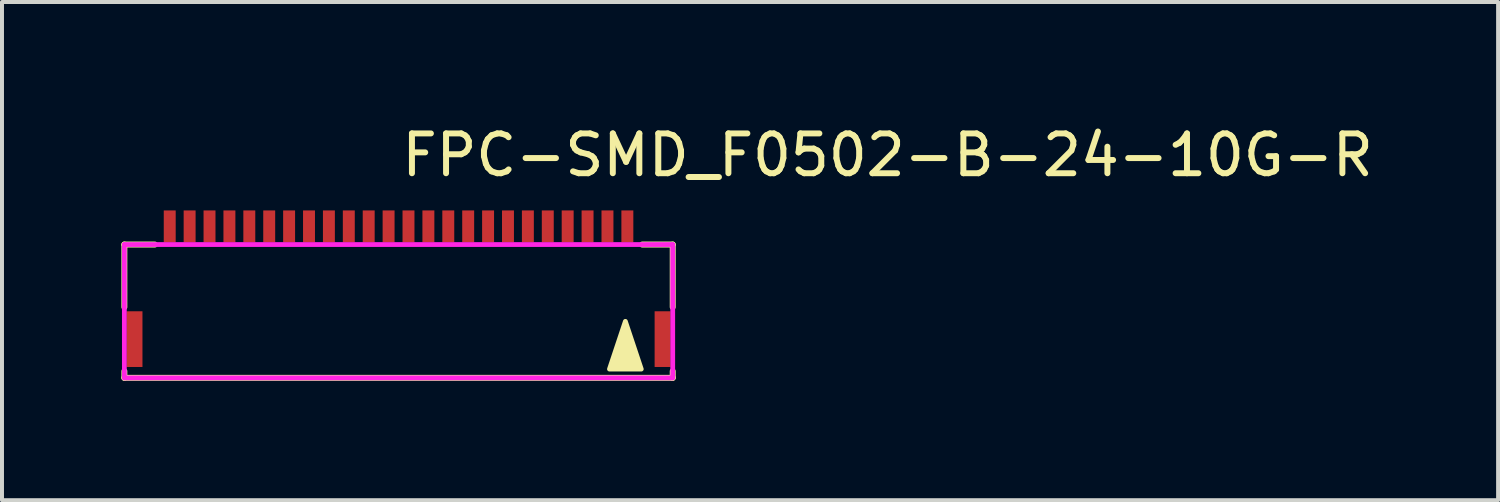
<source format=kicad_pcb>
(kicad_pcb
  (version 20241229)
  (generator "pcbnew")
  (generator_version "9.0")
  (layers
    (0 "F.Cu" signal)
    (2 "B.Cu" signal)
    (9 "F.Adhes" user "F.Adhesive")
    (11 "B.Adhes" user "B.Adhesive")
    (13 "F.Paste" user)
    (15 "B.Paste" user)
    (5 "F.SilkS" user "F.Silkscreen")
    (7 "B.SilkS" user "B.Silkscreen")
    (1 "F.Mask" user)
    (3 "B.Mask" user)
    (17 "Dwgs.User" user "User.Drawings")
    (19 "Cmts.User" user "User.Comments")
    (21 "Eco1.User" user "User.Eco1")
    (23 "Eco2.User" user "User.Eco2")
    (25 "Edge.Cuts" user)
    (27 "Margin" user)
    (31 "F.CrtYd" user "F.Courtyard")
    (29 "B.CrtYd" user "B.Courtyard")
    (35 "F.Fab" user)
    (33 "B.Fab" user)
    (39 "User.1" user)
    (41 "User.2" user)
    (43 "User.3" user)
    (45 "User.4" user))
  (footprint "FPC-SMD_F0502-B-24-10G-R"
    (layer "F.Cu")
    (at 6.965 4.055)
    (property "Reference" "FPC-SMD_F0502-B-24-10G-R" (at 0 -3.207 0) (layer "F.SilkS") (effects (font (size 1 1) (thickness 0.15)) (justify left)))
    (attr through_hole)
    (fp_line (start -6.89 -0.96) (end -6.89 0.612) (stroke (width 0.15) (type solid)) (layer "F.SilkS"))
    (fp_line (start -6.89 2.39) (end -6.89 2.223) (stroke (width 0.15) (type solid)) (layer "F.SilkS"))
    (fp_line (start -6.124 -0.96) (end -6.89 -0.96) (stroke (width 0.15) (type solid)) (layer "F.SilkS"))
    (fp_line (start 6.89 -0.96) (end 6.124 -0.96) (stroke (width 0.15) (type solid)) (layer "F.SilkS"))
    (fp_line (start 6.89 -0.96) (end 6.89 0.612) (stroke (width 0.15) (type solid)) (layer "F.SilkS"))
    (fp_line (start 6.89 2.223) (end 6.89 2.39) (stroke (width 0.15) (type solid)) (layer "F.SilkS"))
    (fp_line (start 6.89 2.39) (end -6.89 2.39) (stroke (width 0.15) (type solid)) (layer "F.SilkS"))
    (fp_poly (pts (xy 5.3 2.17) (xy 6.1 2.17) (xy 5.7 0.97)) (stroke (width 0.12) (type solid)) (fill yes) (layer "F.SilkS"))
    (fp_line (start -5.825 -1.07) (end -5.675 -1.07) (stroke (width 0.12) (type solid)) (layer "Eco2.User"))
    (fp_line (start -5.825 -0.95) (end -5.825 -1.07) (stroke (width 0.12) (type solid)) (layer "Eco2.User"))
    (fp_line (start -5.675 -1.07) (end -5.675 -0.95) (stroke (width 0.12) (type solid)) (layer "Eco2.User"))
    (fp_line (start -5.675 -0.95) (end -5.825 -0.95) (stroke (width 0.12) (type solid)) (layer "Eco2.User"))
    (fp_line (start -5.325 -1.07) (end -5.175 -1.07) (stroke (width 0.12) (type solid)) (layer "Eco2.User"))
    (fp_line (start -5.325 -0.95) (end -5.325 -1.07) (stroke (width 0.12) (type solid)) (layer "Eco2.User"))
    (fp_line (start -5.175 -1.07) (end -5.175 -0.95) (stroke (width 0.12) (type solid)) (layer "Eco2.User"))
    (fp_line (start -5.175 -0.95) (end -5.325 -0.95) (stroke (width 0.12) (type solid)) (layer "Eco2.User"))
    (fp_line (start -4.825 -1.07) (end -4.675 -1.07) (stroke (width 0.12) (type solid)) (layer "Eco2.User"))
    (fp_line (start -4.825 -0.95) (end -4.825 -1.07) (stroke (width 0.12) (type solid)) (layer "Eco2.User"))
    (fp_line (start -4.675 -1.07) (end -4.675 -0.95) (stroke (width 0.12) (type solid)) (layer "Eco2.User"))
    (fp_line (start -4.675 -0.95) (end -4.825 -0.95) (stroke (width 0.12) (type solid)) (layer "Eco2.User"))
    (fp_line (start -4.325 -1.07) (end -4.175 -1.07) (stroke (width 0.12) (type solid)) (layer "Eco2.User"))
    (fp_line (start -4.325 -0.95) (end -4.325 -1.07) (stroke (width 0.12) (type solid)) (layer "Eco2.User"))
    (fp_line (start -4.175 -1.07) (end -4.175 -0.95) (stroke (width 0.12) (type solid)) (layer "Eco2.User"))
    (fp_line (start -4.175 -0.95) (end -4.325 -0.95) (stroke (width 0.12) (type solid)) (layer "Eco2.User"))
    (fp_line (start -3.825 -1.07) (end -3.675 -1.07) (stroke (width 0.12) (type solid)) (layer "Eco2.User"))
    (fp_line (start -3.825 -0.95) (end -3.825 -1.07) (stroke (width 0.12) (type solid)) (layer "Eco2.User"))
    (fp_line (start -3.675 -1.07) (end -3.675 -0.95) (stroke (width 0.12) (type solid)) (layer "Eco2.User"))
    (fp_line (start -3.675 -0.95) (end -3.825 -0.95) (stroke (width 0.12) (type solid)) (layer "Eco2.User"))
    (fp_line (start -3.325 -1.07) (end -3.175 -1.07) (stroke (width 0.12) (type solid)) (layer "Eco2.User"))
    (fp_line (start -3.325 -0.95) (end -3.325 -1.07) (stroke (width 0.12) (type solid)) (layer "Eco2.User"))
    (fp_line (start -3.175 -1.07) (end -3.175 -0.95) (stroke (width 0.12) (type solid)) (layer "Eco2.User"))
    (fp_line (start -3.175 -0.95) (end -3.325 -0.95) (stroke (width 0.12) (type solid)) (layer "Eco2.User"))
    (fp_line (start -2.825 -1.07) (end -2.675 -1.07) (stroke (width 0.12) (type solid)) (layer "Eco2.User"))
    (fp_line (start -2.825 -0.95) (end -2.825 -1.07) (stroke (width 0.12) (type solid)) (layer "Eco2.User"))
    (fp_line (start -2.675 -1.07) (end -2.675 -0.95) (stroke (width 0.12) (type solid)) (layer "Eco2.User"))
    (fp_line (start -2.675 -0.95) (end -2.825 -0.95) (stroke (width 0.12) (type solid)) (layer "Eco2.User"))
    (fp_line (start -2.325 -1.07) (end -2.175 -1.07) (stroke (width 0.12) (type solid)) (layer "Eco2.User"))
    (fp_line (start -2.325 -0.95) (end -2.325 -1.07) (stroke (width 0.12) (type solid)) (layer "Eco2.User"))
    (fp_line (start -2.175 -1.07) (end -2.175 -0.95) (stroke (width 0.12) (type solid)) (layer "Eco2.User"))
    (fp_line (start -2.175 -0.95) (end -2.325 -0.95) (stroke (width 0.12) (type solid)) (layer "Eco2.User"))
    (fp_line (start -1.825 -1.07) (end -1.675 -1.07) (stroke (width 0.12) (type solid)) (layer "Eco2.User"))
    (fp_line (start -1.825 -0.95) (end -1.825 -1.07) (stroke (width 0.12) (type solid)) (layer "Eco2.User"))
    (fp_line (start -1.675 -1.07) (end -1.675 -0.95) (stroke (width 0.12) (type solid)) (layer "Eco2.User"))
    (fp_line (start -1.675 -0.95) (end -1.825 -0.95) (stroke (width 0.12) (type solid)) (layer "Eco2.User"))
    (fp_line (start -1.325 -1.07) (end -1.175 -1.07) (stroke (width 0.12) (type solid)) (layer "Eco2.User"))
    (fp_line (start -1.325 -0.95) (end -1.325 -1.07) (stroke (width 0.12) (type solid)) (layer "Eco2.User"))
    (fp_line (start -1.175 -1.07) (end -1.175 -0.95) (stroke (width 0.12) (type solid)) (layer "Eco2.User"))
    (fp_line (start -1.175 -0.95) (end -1.325 -0.95) (stroke (width 0.12) (type solid)) (layer "Eco2.User"))
    (fp_line (start -0.825 -1.07) (end -0.675 -1.07) (stroke (width 0.12) (type solid)) (layer "Eco2.User"))
    (fp_line (start -0.825 -0.95) (end -0.825 -1.07) (stroke (width 0.12) (type solid)) (layer "Eco2.User"))
    (fp_line (start -0.675 -1.07) (end -0.675 -0.95) (stroke (width 0.12) (type solid)) (layer "Eco2.User"))
    (fp_line (start -0.675 -0.95) (end -0.825 -0.95) (stroke (width 0.12) (type solid)) (layer "Eco2.User"))
    (fp_line (start -0.325 -1.07) (end -0.175 -1.07) (stroke (width 0.12) (type solid)) (layer "Eco2.User"))
    (fp_line (start -0.325 -0.95) (end -0.325 -1.07) (stroke (width 0.12) (type solid)) (layer "Eco2.User"))
    (fp_line (start -0.175 -1.07) (end -0.175 -0.95) (stroke (width 0.12) (type solid)) (layer "Eco2.User"))
    (fp_line (start -0.175 -0.95) (end -0.325 -0.95) (stroke (width 0.12) (type solid)) (layer "Eco2.User"))
    (fp_line (start 0.175 -1.07) (end 0.325 -1.07) (stroke (width 0.12) (type solid)) (layer "Eco2.User"))
    (fp_line (start 0.175 -0.95) (end 0.175 -1.07) (stroke (width 0.12) (type solid)) (layer "Eco2.User"))
    (fp_line (start 0.325 -1.07) (end 0.325 -0.95) (stroke (width 0.12) (type solid)) (layer "Eco2.User"))
    (fp_line (start 0.325 -0.95) (end 0.175 -0.95) (stroke (width 0.12) (type solid)) (layer "Eco2.User"))
    (fp_line (start 0.675 -1.07) (end 0.825 -1.07) (stroke (width 0.12) (type solid)) (layer "Eco2.User"))
    (fp_line (start 0.675 -0.95) (end 0.675 -1.07) (stroke (width 0.12) (type solid)) (layer "Eco2.User"))
    (fp_line (start 0.825 -1.07) (end 0.825 -0.95) (stroke (width 0.12) (type solid)) (layer "Eco2.User"))
    (fp_line (start 0.825 -0.95) (end 0.675 -0.95) (stroke (width 0.12) (type solid)) (layer "Eco2.User"))
    (fp_line (start 1.175 -1.07) (end 1.325 -1.07) (stroke (width 0.12) (type solid)) (layer "Eco2.User"))
    (fp_line (start 1.175 -0.95) (end 1.175 -1.07) (stroke (width 0.12) (type solid)) (layer "Eco2.User"))
    (fp_line (start 1.325 -1.07) (end 1.325 -0.95) (stroke (width 0.12) (type solid)) (layer "Eco2.User"))
    (fp_line (start 1.325 -0.95) (end 1.175 -0.95) (stroke (width 0.12) (type solid)) (layer "Eco2.User"))
    (fp_line (start 1.675 -1.07) (end 1.825 -1.07) (stroke (width 0.12) (type solid)) (layer "Eco2.User"))
    (fp_line (start 1.675 -0.95) (end 1.675 -1.07) (stroke (width 0.12) (type solid)) (layer "Eco2.User"))
    (fp_line (start 1.825 -1.07) (end 1.825 -0.95) (stroke (width 0.12) (type solid)) (layer "Eco2.User"))
    (fp_line (start 1.825 -0.95) (end 1.675 -0.95) (stroke (width 0.12) (type solid)) (layer "Eco2.User"))
    (fp_line (start 2.175 -1.07) (end 2.325 -1.07) (stroke (width 0.12) (type solid)) (layer "Eco2.User"))
    (fp_line (start 2.175 -0.95) (end 2.175 -1.07) (stroke (width 0.12) (type solid)) (layer "Eco2.User"))
    (fp_line (start 2.325 -1.07) (end 2.325 -0.95) (stroke (width 0.12) (type solid)) (layer "Eco2.User"))
    (fp_line (start 2.325 -0.95) (end 2.175 -0.95) (stroke (width 0.12) (type solid)) (layer "Eco2.User"))
    (fp_line (start 2.675 -1.07) (end 2.825 -1.07) (stroke (width 0.12) (type solid)) (layer "Eco2.User"))
    (fp_line (start 2.675 -0.95) (end 2.675 -1.07) (stroke (width 0.12) (type solid)) (layer "Eco2.User"))
    (fp_line (start 2.825 -1.07) (end 2.825 -0.95) (stroke (width 0.12) (type solid)) (layer "Eco2.User"))
    (fp_line (start 2.825 -0.95) (end 2.675 -0.95) (stroke (width 0.12) (type solid)) (layer "Eco2.User"))
    (fp_line (start 3.175 -1.07) (end 3.325 -1.07) (stroke (width 0.12) (type solid)) (layer "Eco2.User"))
    (fp_line (start 3.175 -0.95) (end 3.175 -1.07) (stroke (width 0.12) (type solid)) (layer "Eco2.User"))
    (fp_line (start 3.325 -1.07) (end 3.325 -0.95) (stroke (width 0.12) (type solid)) (layer "Eco2.User"))
    (fp_line (start 3.325 -0.95) (end 3.175 -0.95) (stroke (width 0.12) (type solid)) (layer "Eco2.User"))
    (fp_line (start 3.675 -1.07) (end 3.825 -1.07) (stroke (width 0.12) (type solid)) (layer "Eco2.User"))
    (fp_line (start 3.675 -0.95) (end 3.675 -1.07) (stroke (width 0.12) (type solid)) (layer "Eco2.User"))
    (fp_line (start 3.825 -1.07) (end 3.825 -0.95) (stroke (width 0.12) (type solid)) (layer "Eco2.User"))
    (fp_line (start 3.825 -0.95) (end 3.675 -0.95) (stroke (width 0.12) (type solid)) (layer "Eco2.User"))
    (fp_line (start 4.175 -1.07) (end 4.325 -1.07) (stroke (width 0.12) (type solid)) (layer "Eco2.User"))
    (fp_line (start 4.175 -0.95) (end 4.175 -1.07) (stroke (width 0.12) (type solid)) (layer "Eco2.User"))
    (fp_line (start 4.325 -1.07) (end 4.325 -0.95) (stroke (width 0.12) (type solid)) (layer "Eco2.User"))
    (fp_line (start 4.325 -0.95) (end 4.175 -0.95) (stroke (width 0.12) (type solid)) (layer "Eco2.User"))
    (fp_line (start 4.675 -1.07) (end 4.825 -1.07) (stroke (width 0.12) (type solid)) (layer "Eco2.User"))
    (fp_line (start 4.675 -0.95) (end 4.675 -1.07) (stroke (width 0.12) (type solid)) (layer "Eco2.User"))
    (fp_line (start 4.825 -1.07) (end 4.825 -0.95) (stroke (width 0.12) (type solid)) (layer "Eco2.User"))
    (fp_line (start 4.825 -0.95) (end 4.675 -0.95) (stroke (width 0.12) (type solid)) (layer "Eco2.User"))
    (fp_line (start 5.175 -1.07) (end 5.325 -1.07) (stroke (width 0.12) (type solid)) (layer "Eco2.User"))
    (fp_line (start 5.175 -0.95) (end 5.175 -1.07) (stroke (width 0.12) (type solid)) (layer "Eco2.User"))
    (fp_line (start 5.325 -1.07) (end 5.325 -0.95) (stroke (width 0.12) (type solid)) (layer "Eco2.User"))
    (fp_line (start 5.325 -0.95) (end 5.175 -0.95) (stroke (width 0.12) (type solid)) (layer "Eco2.User"))
    (fp_line (start 5.675 -1.07) (end 5.825 -1.07) (stroke (width 0.12) (type solid)) (layer "Eco2.User"))
    (fp_line (start 5.675 -0.95) (end 5.675 -1.07) (stroke (width 0.12) (type solid)) (layer "Eco2.User"))
    (fp_line (start 5.825 -1.07) (end 5.825 -0.95) (stroke (width 0.12) (type solid)) (layer "Eco2.User"))
    (fp_line (start 5.825 -0.95) (end 5.675 -0.95) (stroke (width 0.12) (type solid)) (layer "Eco2.User"))
    (fp_circle (center 6.89 -1.53) (end 6.92 -1.53) (stroke (width 0.06) (type solid)) (fill no) (layer "Eco2.User"))
    (fp_poly (pts (xy -6.695 0.917) (xy -6.575 0.917) (xy -6.575 1.917) (xy -6.695 1.917)) (stroke (width 0.12) (type solid)) (fill no) (layer "Eco2.User"))
    (fp_poly (pts (xy -5.825 -1.06) (xy -5.825 -1.53) (xy -5.675 -1.53) (xy -5.675 -1.06)) (stroke (width 0.12) (type solid)) (fill no) (layer "Eco2.User"))
    (fp_poly (pts (xy -5.325 -1.06) (xy -5.325 -1.53) (xy -5.175 -1.53) (xy -5.175 -1.06)) (stroke (width 0.12) (type solid)) (fill no) (layer "Eco2.User"))
    (fp_poly (pts (xy -4.825 -1.06) (xy -4.825 -1.53) (xy -4.675 -1.53) (xy -4.675 -1.06)) (stroke (width 0.12) (type solid)) (fill no) (layer "Eco2.User"))
    (fp_poly (pts (xy -4.325 -1.06) (xy -4.325 -1.53) (xy -4.175 -1.53) (xy -4.175 -1.06)) (stroke (width 0.12) (type solid)) (fill no) (layer "Eco2.User"))
    (fp_poly (pts (xy -3.825 -1.06) (xy -3.825 -1.53) (xy -3.675 -1.53) (xy -3.675 -1.06)) (stroke (width 0.12) (type solid)) (fill no) (layer "Eco2.User"))
    (fp_poly (pts (xy -3.325 -1.06) (xy -3.325 -1.53) (xy -3.175 -1.53) (xy -3.175 -1.06)) (stroke (width 0.12) (type solid)) (fill no) (layer "Eco2.User"))
    (fp_poly (pts (xy -2.825 -1.06) (xy -2.825 -1.53) (xy -2.675 -1.53) (xy -2.675 -1.06)) (stroke (width 0.12) (type solid)) (fill no) (layer "Eco2.User"))
    (fp_poly (pts (xy -2.325 -1.06) (xy -2.325 -1.53) (xy -2.175 -1.53) (xy -2.175 -1.06)) (stroke (width 0.12) (type solid)) (fill no) (layer "Eco2.User"))
    (fp_poly (pts (xy -1.825 -1.06) (xy -1.825 -1.53) (xy -1.675 -1.53) (xy -1.675 -1.06)) (stroke (width 0.12) (type solid)) (fill no) (layer "Eco2.User"))
    (fp_poly (pts (xy -1.325 -1.06) (xy -1.325 -1.53) (xy -1.175 -1.53) (xy -1.175 -1.06)) (stroke (width 0.12) (type solid)) (fill no) (layer "Eco2.User"))
    (fp_poly (pts (xy -0.825 -1.06) (xy -0.825 -1.53) (xy -0.675 -1.53) (xy -0.675 -1.06)) (stroke (width 0.12) (type solid)) (fill no) (layer "Eco2.User"))
    (fp_poly (pts (xy -0.325 -1.06) (xy -0.325 -1.53) (xy -0.175 -1.53) (xy -0.175 -1.06)) (stroke (width 0.12) (type solid)) (fill no) (layer "Eco2.User"))
    (fp_poly (pts (xy 0.175 -1.06) (xy 0.175 -1.53) (xy 0.325 -1.53) (xy 0.325 -1.06)) (stroke (width 0.12) (type solid)) (fill no) (layer "Eco2.User"))
    (fp_poly (pts (xy 0.675 -1.06) (xy 0.675 -1.53) (xy 0.825 -1.53) (xy 0.825 -1.06)) (stroke (width 0.12) (type solid)) (fill no) (layer "Eco2.User"))
    (fp_poly (pts (xy 1.175 -1.06) (xy 1.175 -1.53) (xy 1.325 -1.53) (xy 1.325 -1.06)) (stroke (width 0.12) (type solid)) (fill no) (layer "Eco2.User"))
    (fp_poly (pts (xy 1.675 -1.06) (xy 1.675 -1.53) (xy 1.825 -1.53) (xy 1.825 -1.06)) (stroke (width 0.12) (type solid)) (fill no) (layer "Eco2.User"))
    (fp_poly (pts (xy 2.175 -1.06) (xy 2.175 -1.53) (xy 2.325 -1.53) (xy 2.325 -1.06)) (stroke (width 0.12) (type solid)) (fill no) (layer "Eco2.User"))
    (fp_poly (pts (xy 2.675 -1.06) (xy 2.675 -1.53) (xy 2.825 -1.53) (xy 2.825 -1.06)) (stroke (width 0.12) (type solid)) (fill no) (layer "Eco2.User"))
    (fp_poly (pts (xy 3.175 -1.06) (xy 3.175 -1.53) (xy 3.325 -1.53) (xy 3.325 -1.06)) (stroke (width 0.12) (type solid)) (fill no) (layer "Eco2.User"))
    (fp_poly (pts (xy 3.675 -1.06) (xy 3.675 -1.53) (xy 3.825 -1.53) (xy 3.825 -1.06)) (stroke (width 0.12) (type solid)) (fill no) (layer "Eco2.User"))
    (fp_poly (pts (xy 4.175 -1.06) (xy 4.175 -1.53) (xy 4.325 -1.53) (xy 4.325 -1.06)) (stroke (width 0.12) (type solid)) (fill no) (layer "Eco2.User"))
    (fp_poly (pts (xy 4.675 -1.06) (xy 4.675 -1.53) (xy 4.825 -1.53) (xy 4.825 -1.06)) (stroke (width 0.12) (type solid)) (fill no) (layer "Eco2.User"))
    (fp_poly (pts (xy 5.175 -1.06) (xy 5.175 -1.53) (xy 5.325 -1.53) (xy 5.325 -1.06)) (stroke (width 0.12) (type solid)) (fill no) (layer "Eco2.User"))
    (fp_poly (pts (xy 5.675 -1.06) (xy 5.675 -1.53) (xy 5.825 -1.53) (xy 5.825 -1.06)) (stroke (width 0.12) (type solid)) (fill no) (layer "Eco2.User"))
    (fp_poly (pts (xy 6.575 0.917) (xy 6.695 0.917) (xy 6.695 1.917) (xy 6.575 1.917)) (stroke (width 0.12) (type solid)) (fill no) (layer "Eco2.User"))
    (fp_line (start -6.89 -0.96) (end 6.89 -0.96) (stroke (width 0.12) (type solid)) (layer "F.CrtYd"))
    (fp_line (start -6.89 2.39) (end -6.89 -0.96) (stroke (width 0.12) (type solid)) (layer "F.CrtYd"))
    (fp_line (start 6.89 -0.96) (end 6.89 2.39) (stroke (width 0.12) (type solid)) (layer "F.CrtYd"))
    (fp_line (start 6.89 2.39) (end -6.89 2.39) (stroke (width 0.12) (type solid)) (layer "F.CrtYd"))
    (pad "1" smd rect (at 5.75 -1.417) (size 0.3 0.8) (layers "F.Cu" "F.Mask" "F.Paste"))
    (pad "2" smd rect (at 5.25 -1.417) (size 0.3 0.8) (layers "F.Cu" "F.Mask" "F.Paste"))
    (pad "3" smd rect (at 4.75 -1.417) (size 0.3 0.8) (layers "F.Cu" "F.Mask" "F.Paste"))
    (pad "4" smd rect (at 4.25 -1.417) (size 0.3 0.8) (layers "F.Cu" "F.Mask" "F.Paste"))
    (pad "5" smd rect (at 3.75 -1.417) (size 0.3 0.8) (layers "F.Cu" "F.Mask" "F.Paste"))
    (pad "6" smd rect (at 3.25 -1.417) (size 0.3 0.8) (layers "F.Cu" "F.Mask" "F.Paste"))
    (pad "7" smd rect (at 2.75 -1.417) (size 0.3 0.8) (layers "F.Cu" "F.Mask" "F.Paste"))
    (pad "8" smd rect (at 2.25 -1.417) (size 0.3 0.8) (layers "F.Cu" "F.Mask" "F.Paste"))
    (pad "9" smd rect (at 1.75 -1.417) (size 0.3 0.8) (layers "F.Cu" "F.Mask" "F.Paste"))
    (pad "10" smd rect (at 1.25 -1.417) (size 0.3 0.8) (layers "F.Cu" "F.Mask" "F.Paste"))
    (pad "11" smd rect (at 0.75 -1.417) (size 0.3 0.8) (layers "F.Cu" "F.Mask" "F.Paste"))
    (pad "12" smd rect (at 0.25 -1.417) (size 0.3 0.8) (layers "F.Cu" "F.Mask" "F.Paste"))
    (pad "13" smd rect (at -0.25 -1.417) (size 0.3 0.8) (layers "F.Cu" "F.Mask" "F.Paste"))
    (pad "14" smd rect (at -0.75 -1.417) (size 0.3 0.8) (layers "F.Cu" "F.Mask" "F.Paste"))
    (pad "15" smd rect (at -1.25 -1.417) (size 0.3 0.8) (layers "F.Cu" "F.Mask" "F.Paste"))
    (pad "16" smd rect (at -1.75 -1.417) (size 0.3 0.8) (layers "F.Cu" "F.Mask" "F.Paste"))
    (pad "17" smd rect (at -2.25 -1.417) (size 0.3 0.8) (layers "F.Cu" "F.Mask" "F.Paste"))
    (pad "18" smd rect (at -2.75 -1.417) (size 0.3 0.8) (layers "F.Cu" "F.Mask" "F.Paste"))
    (pad "19" smd rect (at -3.25 -1.417) (size 0.3 0.8) (layers "F.Cu" "F.Mask" "F.Paste"))
    (pad "20" smd rect (at -3.75 -1.417) (size 0.3 0.8) (layers "F.Cu" "F.Mask" "F.Paste"))
    (pad "21" smd rect (at -4.25 -1.417) (size 0.3 0.8) (layers "F.Cu" "F.Mask" "F.Paste"))
    (pad "22" smd rect (at -4.75 -1.417) (size 0.3 0.8) (layers "F.Cu" "F.Mask" "F.Paste"))
    (pad "23" smd rect (at -5.25 -1.417) (size 0.3 0.8) (layers "F.Cu" "F.Mask" "F.Paste"))
    (pad "24" smd rect (at -5.75 -1.417) (size 0.3 0.8) (layers "F.Cu" "F.Mask" "F.Paste"))
    (pad "25" smd rect (at -6.635 1.417) (size 0.4 1.4) (layers "F.Cu" "F.Mask" "F.Paste"))
    (pad "26" smd rect (at 6.635 1.417) (size 0.4 1.4) (layers "F.Cu" "F.Mask" "F.Paste")))
  (gr_rect
    (start -3 -3)
    (end 34.596 9.52)
    (stroke (width 0.1) (type default))
    (fill no)
    (layer "Edge.Cuts")))
</source>
